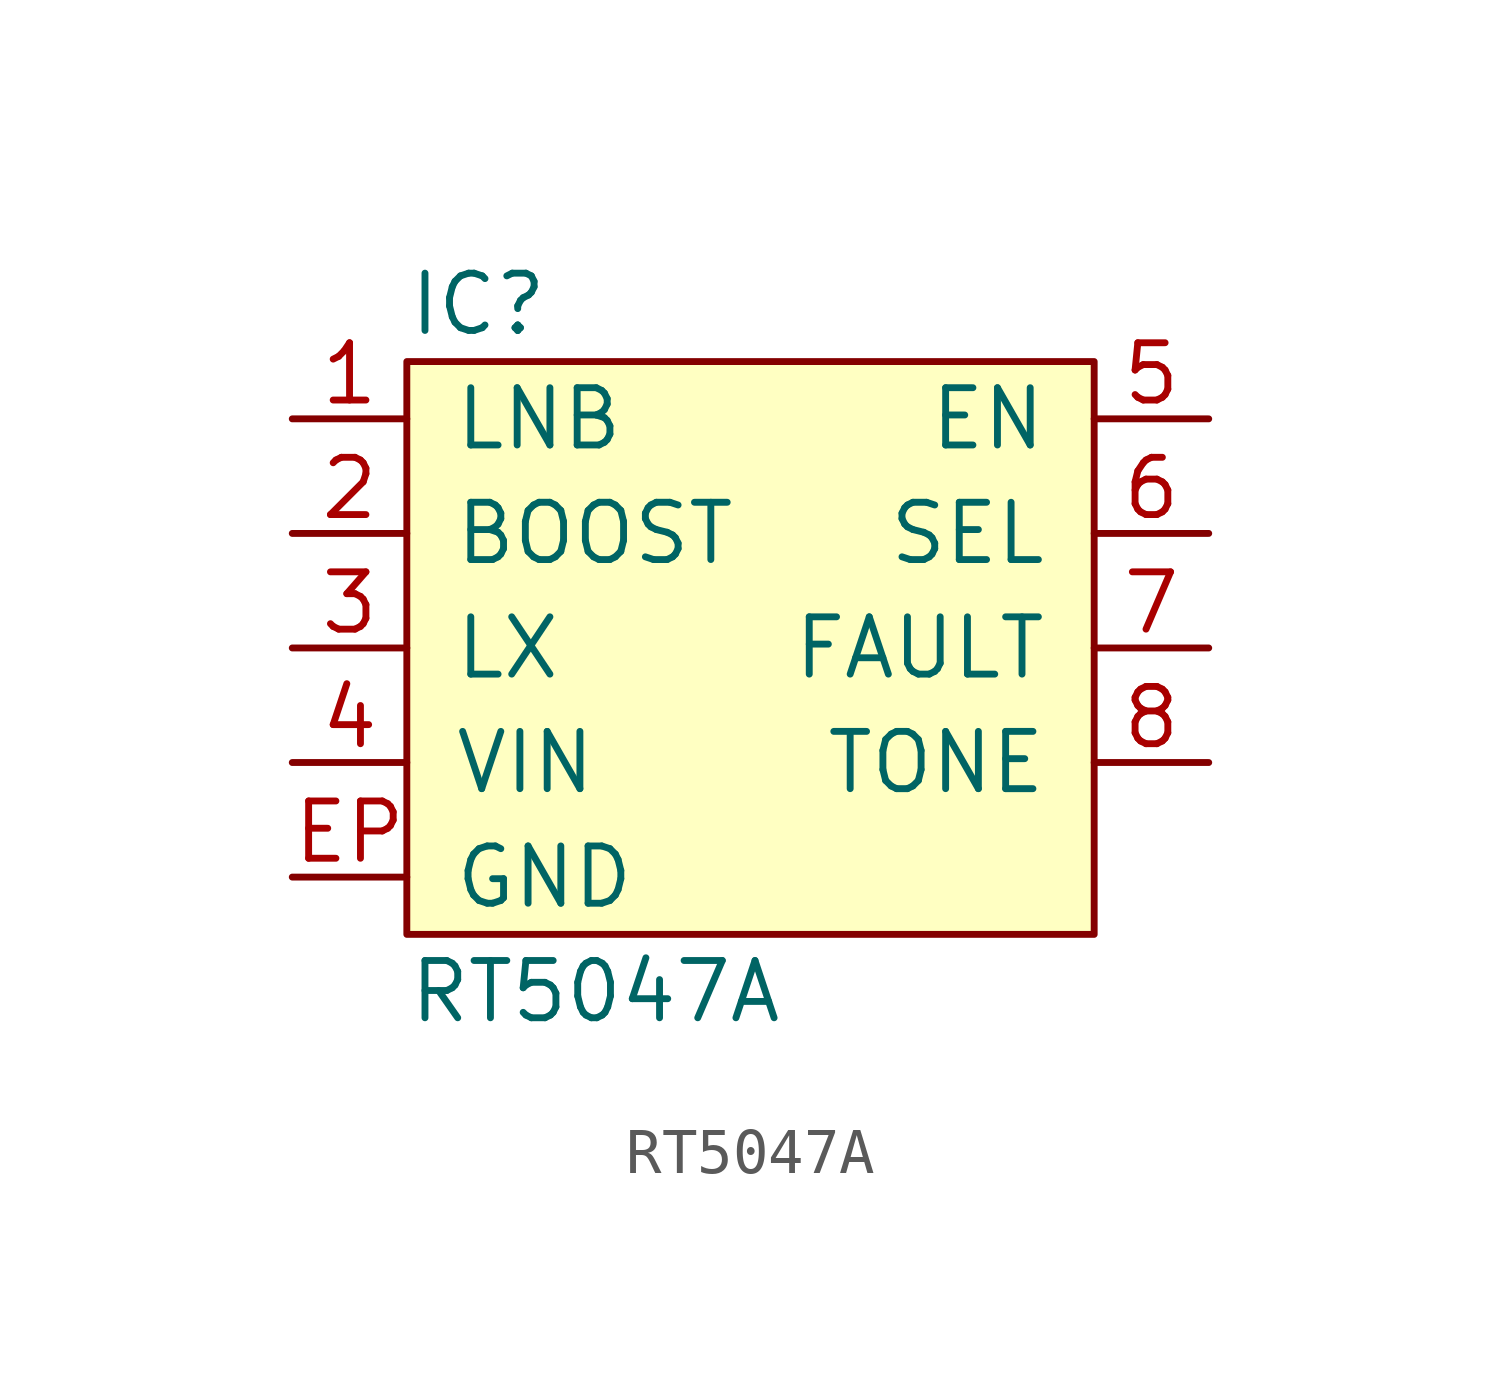
<source format=kicad_sym>
(kicad_symbol_lib
  (version 20211014)
  (generator agg_kicad.build_lib_ic)
  (symbol "RT5047A"
    (pin_names
      (offset 1.016))
    (property Reference IC
      (at -7.62 7.62 0)
      (effects (font (size 1.27 1.27)) (justify left)))
    (property Value "RT5047A"
      (at -7.62 -7.62 0)
      (effects (font (size 1.27 1.27)) (justify left)))
    (symbol "RT5047A_0_0"
      (rectangle (start -7.62 6.35) (end 7.62 -6.35) (stroke (width 0) (type default) (color 0 0 0 0)) (fill (type background)))
      (pin power_out line (at -10.16 5.08 0) (length 2.54) (name LNB (effects (font (size 1.27 1.27)))) (number "1" (effects (font (size 1.27 1.27)))))
      (pin passive line (at -10.16 2.54 0) (length 2.54) (name BOOST (effects (font (size 1.27 1.27)))) (number "2" (effects (font (size 1.27 1.27)))))
      (pin passive line (at -10.16 0 0) (length 2.54) (name LX (effects (font (size 1.27 1.27)))) (number "3" (effects (font (size 1.27 1.27)))))
      (pin input line (at -10.16 -2.54 0) (length 2.54) (name VIN (effects (font (size 1.27 1.27)))) (number "4" (effects (font (size 1.27 1.27)))))
      (pin power_in line (at -10.16 -5.08 0) (length 2.54) (name GND (effects (font (size 1.27 1.27)))) (number EP (effects (font (size 1.27 1.27)))))
      (pin input line (at 10.16 5.08 180) (length 2.54) (name EN (effects (font (size 1.27 1.27)))) (number "5" (effects (font (size 1.27 1.27)))))
      (pin input line (at 10.16 2.54 180) (length 2.54) (name SEL (effects (font (size 1.27 1.27)))) (number "6" (effects (font (size 1.27 1.27)))))
      (pin output line (at 10.16 0 180) (length 2.54) (name FAULT (effects (font (size 1.27 1.27)))) (number "7" (effects (font (size 1.27 1.27)))))
      (pin input line (at 10.16 -2.54 180) (length 2.54) (name TONE (effects (font (size 1.27 1.27)))) (number "8" (effects (font (size 1.27 1.27))))))))
</source>
